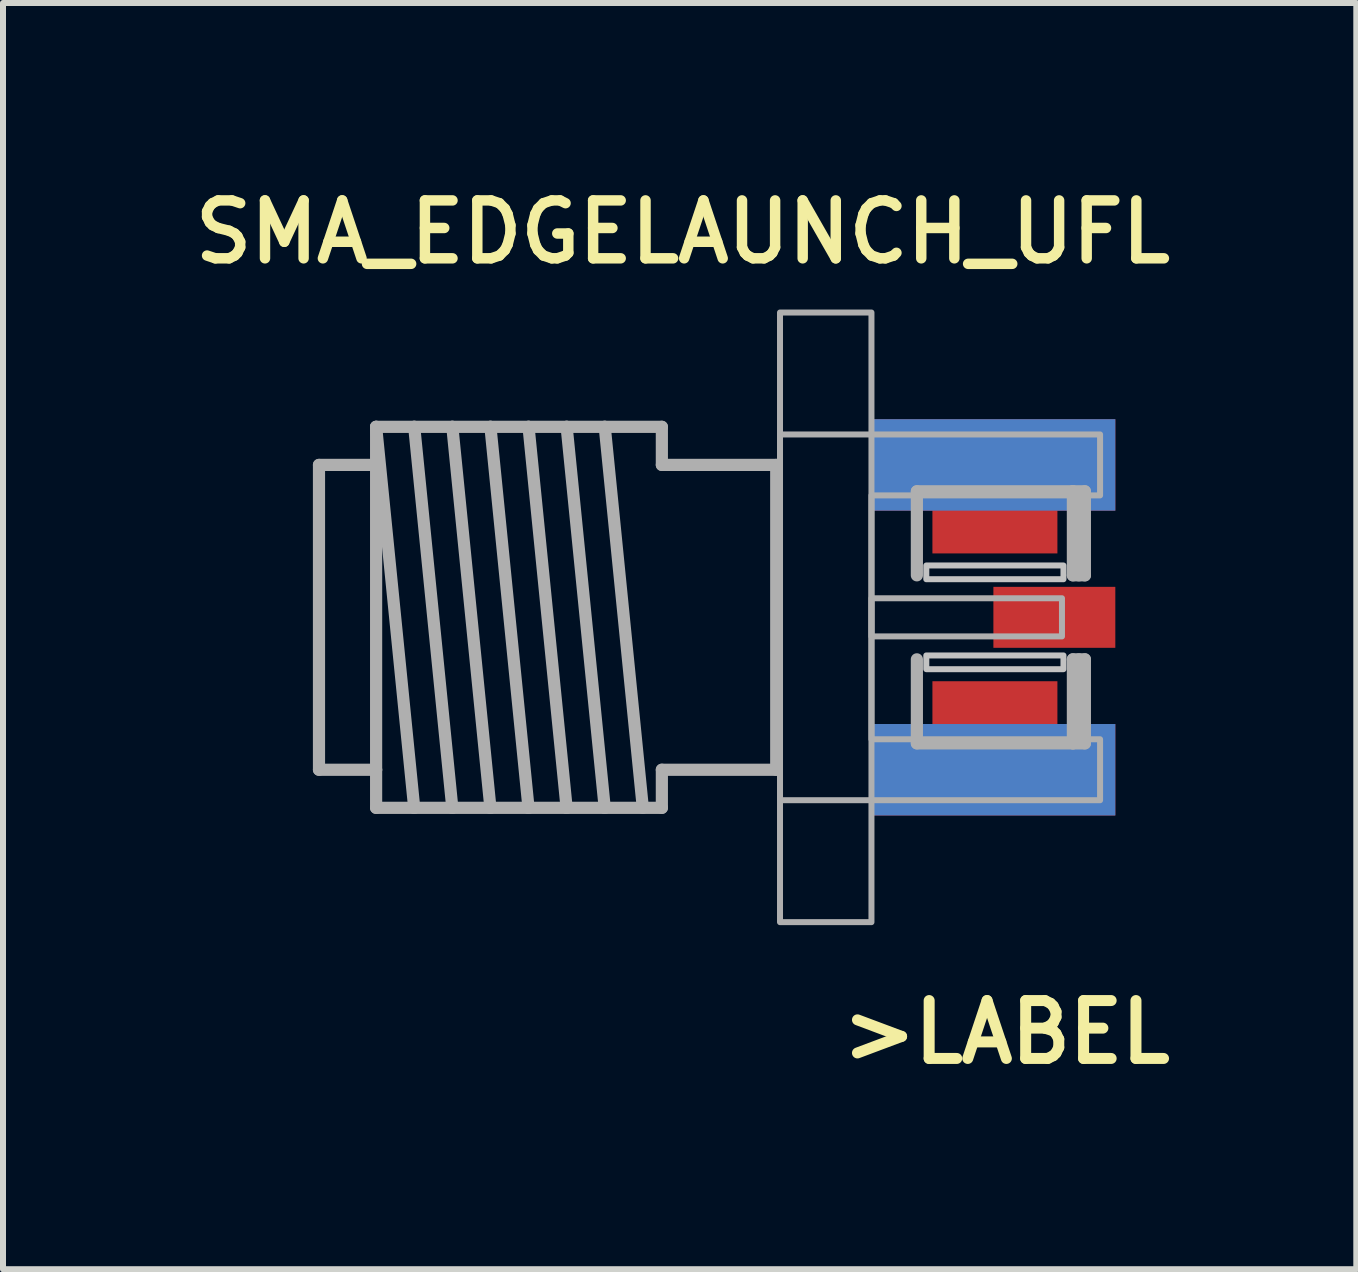
<source format=kicad_pcb>
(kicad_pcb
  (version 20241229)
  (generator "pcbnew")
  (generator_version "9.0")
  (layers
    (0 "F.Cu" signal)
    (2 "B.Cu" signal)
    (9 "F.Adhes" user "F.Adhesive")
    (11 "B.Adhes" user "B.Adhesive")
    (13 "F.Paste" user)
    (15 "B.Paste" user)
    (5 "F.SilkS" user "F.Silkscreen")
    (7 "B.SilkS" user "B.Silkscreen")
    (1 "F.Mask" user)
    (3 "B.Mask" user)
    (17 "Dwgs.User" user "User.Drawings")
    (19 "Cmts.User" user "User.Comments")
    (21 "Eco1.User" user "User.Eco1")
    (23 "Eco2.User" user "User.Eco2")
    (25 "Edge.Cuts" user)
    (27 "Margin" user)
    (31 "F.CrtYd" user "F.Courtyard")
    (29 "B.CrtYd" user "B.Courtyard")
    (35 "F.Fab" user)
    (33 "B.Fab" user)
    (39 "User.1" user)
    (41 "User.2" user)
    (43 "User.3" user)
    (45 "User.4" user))
  (footprint "SMA_EDGELAUNCH_UFL"
    (layer "F.Cu")
    (at 11.473 7.238)
    (property "Reference" "SMA_EDGELAUNCH_UFL" (at 5.08 -6.985 180) (layer "F.SilkS") (effects (font (size 0.965 0.965) (thickness 0.174)) (justify right top)))
    (attr through_hole)
    (fp_poly (pts (xy 1.016 -1.065) (xy 1.016 -3.175) (xy 3.099 -3.175) (xy 3.099 -1.065)) (stroke (width 0) (type solid)) (fill yes) (layer "F.Cu"))
    (fp_poly (pts (xy 3.099 1.065) (xy 3.099 3.175) (xy 1.016 3.175) (xy 1.016 1.065)) (stroke (width 0) (type solid)) (fill yes) (layer "F.Cu"))
    (fp_poly (pts (xy 0.889 -0.938) (xy 3.226 -0.938) (xy 3.226 -1.853) (xy 0.889 -1.853)) (stroke (width 0) (type solid)) (fill yes) (layer "F.Mask"))
    (fp_poly (pts (xy 3.226 0.938) (xy 0.889 0.938) (xy 0.889 1.853) (xy 3.226 1.853)) (stroke (width 0) (type solid)) (fill yes) (layer "F.Mask"))
    (fp_poly (pts (xy 0.991 -0.989) (xy 3.124 -0.989) (xy 3.124 -1.802) (xy 0.991 -1.802)) (stroke (width 0) (type solid)) (fill yes) (layer "F.Paste"))
    (fp_poly (pts (xy 3.124 0.989) (xy 0.991 0.989) (xy 0.991 1.802) (xy 3.124 1.802)) (stroke (width 0) (type solid)) (fill yes) (layer "F.Paste"))
    (fp_poly (pts (xy 3.2 0.483) (xy 3.962 0.483) (xy 3.962 -0.483) (xy 3.2 -0.483)) (stroke (width 0) (type solid)) (fill yes) (layer "F.Paste"))
    (fp_poly (pts (xy 0.914 -0.635) (xy 3.2 -0.635) (xy 3.2 -0.864) (xy 0.914 -0.864)) (stroke (width 0.1) (type solid)) (fill no) (layer "Dwgs.User"))
    (fp_poly (pts (xy 0.914 0.864) (xy 3.2 0.864) (xy 3.2 0.635) (xy 0.914 0.635)) (stroke (width 0.1) (type solid)) (fill no) (layer "Dwgs.User"))
    (fp_line (start -9.207 -2.54) (end -8.255 -2.54) (stroke (width 0.203) (type solid)) (layer "F.Fab"))
    (fp_line (start -9.207 2.54) (end -9.207 -2.54) (stroke (width 0.203) (type solid)) (layer "F.Fab"))
    (fp_line (start -8.255 -3.175) (end -7.62 -3.175) (stroke (width 0.203) (type solid)) (layer "F.Fab"))
    (fp_line (start -8.255 -3.175) (end -7.62 3.175) (stroke (width 0.203) (type solid)) (layer "F.Fab"))
    (fp_line (start -8.255 -2.54) (end -8.255 -3.175) (stroke (width 0.203) (type solid)) (layer "F.Fab"))
    (fp_line (start -8.255 -2.54) (end -8.255 2.54) (stroke (width 0.203) (type solid)) (layer "F.Fab"))
    (fp_line (start -8.255 2.54) (end -9.207 2.54) (stroke (width 0.203) (type solid)) (layer "F.Fab"))
    (fp_line (start -8.255 3.175) (end -8.255 2.54) (stroke (width 0.203) (type solid)) (layer "F.Fab"))
    (fp_line (start -7.62 -3.175) (end -6.985 -3.175) (stroke (width 0.203) (type solid)) (layer "F.Fab"))
    (fp_line (start -7.62 -3.175) (end -6.985 3.175) (stroke (width 0.203) (type solid)) (layer "F.Fab"))
    (fp_line (start -7.62 3.175) (end -8.255 3.175) (stroke (width 0.203) (type solid)) (layer "F.Fab"))
    (fp_line (start -6.985 -3.175) (end -6.35 -3.175) (stroke (width 0.203) (type solid)) (layer "F.Fab"))
    (fp_line (start -6.985 -3.175) (end -6.35 3.175) (stroke (width 0.203) (type solid)) (layer "F.Fab"))
    (fp_line (start -6.985 3.175) (end -7.62 3.175) (stroke (width 0.203) (type solid)) (layer "F.Fab"))
    (fp_line (start -6.35 -3.175) (end -5.715 -3.175) (stroke (width 0.203) (type solid)) (layer "F.Fab"))
    (fp_line (start -6.35 -3.175) (end -5.715 3.175) (stroke (width 0.203) (type solid)) (layer "F.Fab"))
    (fp_line (start -6.35 3.175) (end -6.985 3.175) (stroke (width 0.203) (type solid)) (layer "F.Fab"))
    (fp_line (start -5.715 -3.175) (end -5.08 -3.175) (stroke (width 0.203) (type solid)) (layer "F.Fab"))
    (fp_line (start -5.715 -3.175) (end -5.08 3.175) (stroke (width 0.203) (type solid)) (layer "F.Fab"))
    (fp_line (start -5.715 3.175) (end -6.35 3.175) (stroke (width 0.203) (type solid)) (layer "F.Fab"))
    (fp_line (start -5.08 -3.175) (end -4.445 -3.175) (stroke (width 0.203) (type solid)) (layer "F.Fab"))
    (fp_line (start -5.08 -3.175) (end -4.445 3.175) (stroke (width 0.203) (type solid)) (layer "F.Fab"))
    (fp_line (start -5.08 3.175) (end -5.715 3.175) (stroke (width 0.203) (type solid)) (layer "F.Fab"))
    (fp_line (start -4.445 -3.175) (end -3.81 3.175) (stroke (width 0.203) (type solid)) (layer "F.Fab"))
    (fp_line (start -4.445 -3.175) (end -3.493 -3.175) (stroke (width 0.203) (type solid)) (layer "F.Fab"))
    (fp_line (start -4.445 3.175) (end -5.08 3.175) (stroke (width 0.203) (type solid)) (layer "F.Fab"))
    (fp_line (start -3.493 -3.175) (end -3.493 -2.54) (stroke (width 0.203) (type solid)) (layer "F.Fab"))
    (fp_line (start -3.493 -2.54) (end -1.587 -2.54) (stroke (width 0.203) (type solid)) (layer "F.Fab"))
    (fp_line (start -3.493 2.54) (end -3.493 3.175) (stroke (width 0.203) (type solid)) (layer "F.Fab"))
    (fp_line (start -3.493 3.175) (end -4.445 3.175) (stroke (width 0.203) (type solid)) (layer "F.Fab"))
    (fp_line (start -1.587 -2.54) (end -1.587 2.54) (stroke (width 0.203) (type solid)) (layer "F.Fab"))
    (fp_line (start -1.587 2.54) (end -3.493 2.54) (stroke (width 0.203) (type solid)) (layer "F.Fab"))
    (fp_line (start 0.757 -0.7) (end 0.757 -2.1) (stroke (width 0.203) (type solid)) (layer "F.Fab"))
    (fp_line (start 0.757 2.1) (end 0.757 0.7) (stroke (width 0.203) (type solid)) (layer "F.Fab"))
    (fp_line (start 0.757 2.1) (end 3.357 2.1) (stroke (width 0.203) (type solid)) (layer "F.Fab"))
    (fp_line (start 3.357 -2.1) (end 0.757 -2.1) (stroke (width 0.203) (type solid)) (layer "F.Fab"))
    (fp_line (start 3.357 -0.7) (end 3.357 -2.1) (stroke (width 0.203) (type solid)) (layer "F.Fab"))
    (fp_line (start 3.357 2.1) (end 3.357 0.7) (stroke (width 0.203) (type solid)) (layer "F.Fab"))
    (fp_line (start 3.457 -0.7) (end 3.457 -2) (stroke (width 0.203) (type solid)) (layer "F.Fab"))
    (fp_line (start 3.457 2) (end 3.457 0.7) (stroke (width 0.203) (type solid)) (layer "F.Fab"))
    (fp_line (start 3.557 -2.1) (end 3.357 -2.1) (stroke (width 0.203) (type solid)) (layer "F.Fab"))
    (fp_line (start 3.557 -0.7) (end 3.357 -0.7) (stroke (width 0.203) (type solid)) (layer "F.Fab"))
    (fp_line (start 3.557 -0.7) (end 3.557 -2.1) (stroke (width 0.203) (type solid)) (layer "F.Fab"))
    (fp_line (start 3.557 0.7) (end 3.357 0.7) (stroke (width 0.203) (type solid)) (layer "F.Fab"))
    (fp_line (start 3.557 2.1) (end 3.357 2.1) (stroke (width 0.203) (type solid)) (layer "F.Fab"))
    (fp_line (start 3.557 2.1) (end 3.557 0.7) (stroke (width 0.203) (type solid)) (layer "F.Fab"))
    (fp_poly (pts (xy -1.524 -5.08) (xy 0 -5.08) (xy 0 5.08) (xy -1.524 5.08)) (stroke (width 0.1) (type solid)) (fill no) (layer "F.Fab"))
    (fp_poly (pts (xy 0 0.318) (xy 3.175 0.318) (xy 3.175 -0.318) (xy 0 -0.318)) (stroke (width 0.1) (type solid)) (fill no) (layer "F.Fab"))
    (fp_poly (pts (xy -1.524 -3.048) (xy 3.81 -3.048) (xy 3.81 -2.032) (xy 0 -2.032) (xy 0 2.032) (xy 3.81 2.032) (xy 3.81 3.048) (xy -1.524 3.048)) (stroke (width 0.1) (type solid)) (fill no) (layer "F.Fab"))
    (fp_text user ">LABEL" (at 5.08 6.35 0) (layer "F.SilkS") (effects (font (size 0.965 0.965) (thickness 0.183)) (justify right top)))
    (pad "GND@1" smd rect (at 2.032 2.54 90) (size 1.524 4.064) (layers "F.Cu" "F.Mask"))
    (pad "GND@2" smd rect (at 2.032 -2.54 90) (size 1.524 4.064) (layers "F.Cu" "F.Mask"))
    (pad "GND@3" smd rect (at 2.032 -2.54 90) (size 1.524 4.064) (layers "B.Cu" "B.Mask"))
    (pad "GND@4" smd rect (at 2.032 2.54 90) (size 1.524 4.064) (layers "B.Cu" "B.Mask"))
    (pad "P" smd rect (at 3.048 0 90) (size 1.016 2.032) (layers "F.Cu" "F.Mask")))
  (gr_rect
    (start -3 -3)
    (end 19.553 18.102)
    (stroke (width 0.1) (type default))
    (fill no)
    (layer "Edge.Cuts")))
</source>
